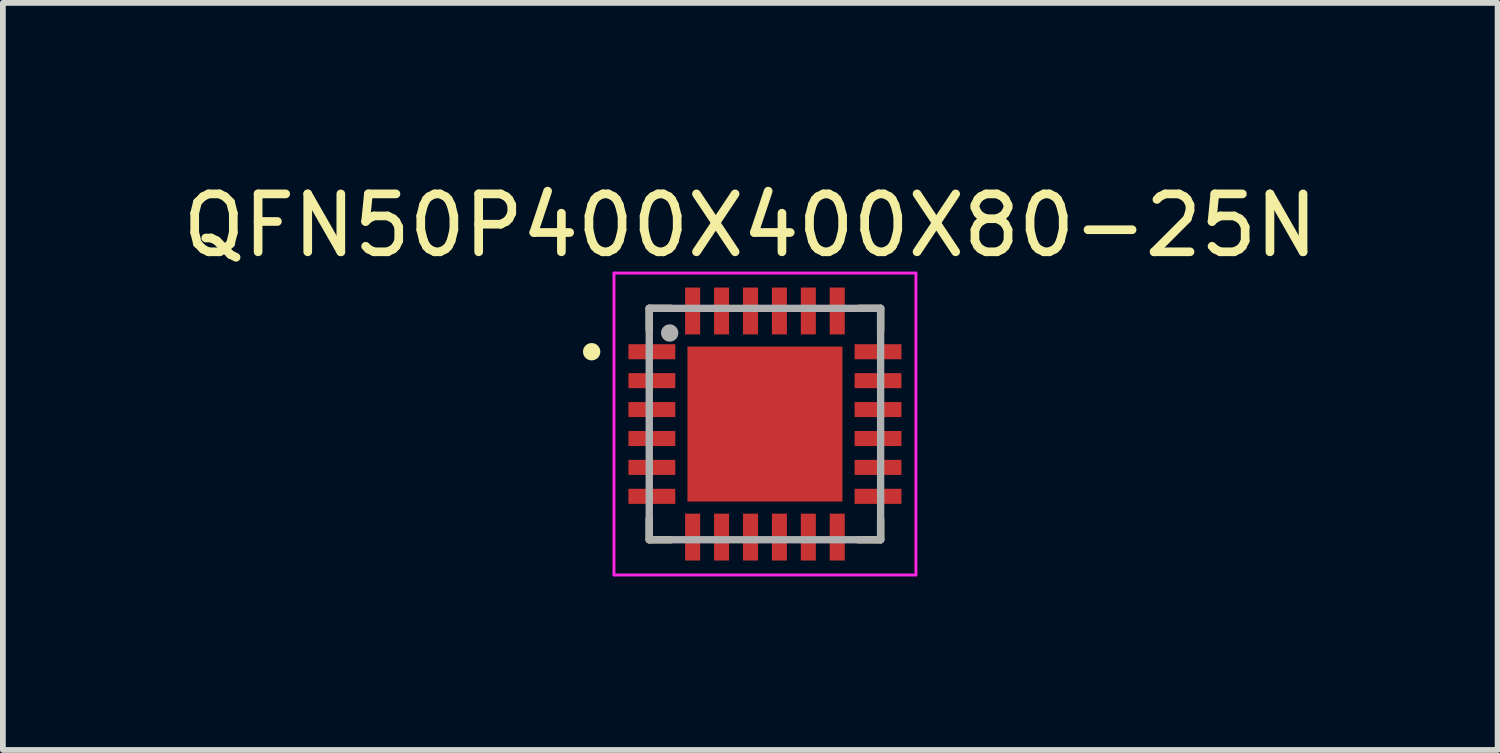
<source format=kicad_pcb>
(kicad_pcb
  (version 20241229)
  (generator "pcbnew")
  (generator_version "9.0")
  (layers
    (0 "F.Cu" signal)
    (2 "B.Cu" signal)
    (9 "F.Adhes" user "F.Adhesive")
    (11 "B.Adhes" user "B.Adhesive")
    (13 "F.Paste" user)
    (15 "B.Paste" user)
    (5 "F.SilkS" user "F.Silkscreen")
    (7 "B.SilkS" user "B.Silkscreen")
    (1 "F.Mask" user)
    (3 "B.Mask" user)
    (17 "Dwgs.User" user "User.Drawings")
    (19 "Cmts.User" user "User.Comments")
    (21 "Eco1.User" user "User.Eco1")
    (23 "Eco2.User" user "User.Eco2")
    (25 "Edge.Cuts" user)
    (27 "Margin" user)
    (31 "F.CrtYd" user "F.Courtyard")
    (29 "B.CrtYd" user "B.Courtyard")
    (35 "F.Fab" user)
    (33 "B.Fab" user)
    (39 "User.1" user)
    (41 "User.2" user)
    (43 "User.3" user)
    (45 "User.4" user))
  (footprint "QFN50P400X400X80-25N"
    (layer "F.Cu")
    (at 10.175 4.281)
    (property "Reference" "QFN50P400X400X80-25N" (at -0.254 -3.433 0) (layer "F.SilkS") (effects (font (size 1.001 1.001) (thickness 0.15))))
    (attr through_hole)
    (fp_poly (pts (xy -1.453 -1.45) (xy 1.45 -1.45) (xy 1.45 1.453) (xy -1.453 1.453)) (stroke (width 0.01) (type solid)) (fill yes) (layer "F.Mask"))
    (fp_line (start -2 -2) (end -2 -1.623) (stroke (width 0.127) (type solid)) (layer "F.SilkS"))
    (fp_line (start -2 2) (end -2 1.639) (stroke (width 0.127) (type solid)) (layer "F.SilkS"))
    (fp_line (start -2 2) (end -1.625 2) (stroke (width 0.127) (type solid)) (layer "F.SilkS"))
    (fp_line (start -1.63 -2) (end -2 -2) (stroke (width 0.127) (type solid)) (layer "F.SilkS"))
    (fp_line (start 2 -2) (end 1.628 -2) (stroke (width 0.127) (type solid)) (layer "F.SilkS"))
    (fp_line (start 2 -2) (end 2 -1.606) (stroke (width 0.127) (type solid)) (layer "F.SilkS"))
    (fp_line (start 2 2) (end 1.612 2) (stroke (width 0.127) (type solid)) (layer "F.SilkS"))
    (fp_line (start 2 2) (end 2 1.643) (stroke (width 0.127) (type solid)) (layer "F.SilkS"))
    (fp_circle (center -2.996 -1.25) (end -2.921 -1.25) (stroke (width 0.15) (type solid)) (fill no) (layer "F.SilkS"))
    (fp_poly (pts (xy -1.092 0.13) (xy -0.13 0.13) (xy -0.13 1.092) (xy -1.092 1.092)) (stroke (width 0.01) (type solid)) (fill yes) (layer "F.Paste"))
    (fp_poly (pts (xy -1.091 -1.09) (xy -0.13 -1.09) (xy -0.13 -0.13) (xy -1.091 -0.13)) (stroke (width 0.01) (type solid)) (fill yes) (layer "F.Paste"))
    (fp_poly (pts (xy 0.13 0.13) (xy 1.09 0.13) (xy 1.09 1.09) (xy 0.13 1.09)) (stroke (width 0.01) (type solid)) (fill yes) (layer "F.Paste"))
    (fp_poly (pts (xy 0.13 -1.09) (xy 1.09 -1.09) (xy 1.09 -0.13) (xy 0.13 -0.13)) (stroke (width 0.01) (type solid)) (fill yes) (layer "F.Paste"))
    (fp_line (start -2.61 -2.61) (end 2.61 -2.61) (stroke (width 0.05) (type solid)) (layer "F.CrtYd"))
    (fp_line (start -2.61 2.61) (end -2.61 -2.61) (stroke (width 0.05) (type solid)) (layer "F.CrtYd"))
    (fp_line (start 2.61 -2.61) (end 2.61 2.61) (stroke (width 0.05) (type solid)) (layer "F.CrtYd"))
    (fp_line (start 2.61 2.61) (end -2.61 2.61) (stroke (width 0.05) (type solid)) (layer "F.CrtYd"))
    (fp_line (start -2 -2) (end -2 2) (stroke (width 0.127) (type solid)) (layer "F.Fab"))
    (fp_line (start -2 2) (end 2 2) (stroke (width 0.127) (type solid)) (layer "F.Fab"))
    (fp_line (start 2 -2) (end -2 -2) (stroke (width 0.127) (type solid)) (layer "F.Fab"))
    (fp_line (start 2 2) (end 2 -2) (stroke (width 0.127) (type solid)) (layer "F.Fab"))
    (fp_circle (center -1.647 -1.574) (end -1.572 -1.574) (stroke (width 0.15) (type solid)) (fill no) (layer "F.Fab"))
    (pad "1" smd roundrect (at -1.955 -1.25) (size 0.81 0.26) (layers "F.Cu" "F.Mask" "F.Paste") (roundrect_rratio 0.01))
    (pad "2" smd roundrect (at -1.955 -0.75) (size 0.81 0.26) (layers "F.Cu" "F.Mask" "F.Paste") (roundrect_rratio 0.01))
    (pad "3" smd roundrect (at -1.955 -0.25) (size 0.81 0.26) (layers "F.Cu" "F.Mask" "F.Paste") (roundrect_rratio 0.01))
    (pad "4" smd roundrect (at -1.955 0.25) (size 0.81 0.26) (layers "F.Cu" "F.Mask" "F.Paste") (roundrect_rratio 0.01))
    (pad "5" smd roundrect (at -1.955 0.75) (size 0.81 0.26) (layers "F.Cu" "F.Mask" "F.Paste") (roundrect_rratio 0.01))
    (pad "6" smd roundrect (at -1.955 1.25) (size 0.81 0.26) (layers "F.Cu" "F.Mask" "F.Paste") (roundrect_rratio 0.01))
    (pad "7" smd roundrect (at -1.25 1.955 90) (size 0.81 0.26) (layers "F.Cu" "F.Mask" "F.Paste") (roundrect_rratio 0.01))
    (pad "8" smd roundrect (at -0.75 1.955 90) (size 0.81 0.26) (layers "F.Cu" "F.Mask" "F.Paste") (roundrect_rratio 0.01))
    (pad "9" smd roundrect (at -0.25 1.955 90) (size 0.81 0.26) (layers "F.Cu" "F.Mask" "F.Paste") (roundrect_rratio 0.01))
    (pad "10" smd roundrect (at 0.25 1.955 90) (size 0.81 0.26) (layers "F.Cu" "F.Mask" "F.Paste") (roundrect_rratio 0.01))
    (pad "11" smd roundrect (at 0.75 1.955 90) (size 0.81 0.26) (layers "F.Cu" "F.Mask" "F.Paste") (roundrect_rratio 0.01))
    (pad "12" smd roundrect (at 1.25 1.955 90) (size 0.81 0.26) (layers "F.Cu" "F.Mask" "F.Paste") (roundrect_rratio 0.01))
    (pad "13" smd roundrect (at 1.955 1.25) (size 0.81 0.26) (layers "F.Cu" "F.Mask" "F.Paste") (roundrect_rratio 0.01))
    (pad "14" smd roundrect (at 1.955 0.75) (size 0.81 0.26) (layers "F.Cu" "F.Mask" "F.Paste") (roundrect_rratio 0.01))
    (pad "15" smd roundrect (at 1.955 0.25) (size 0.81 0.26) (layers "F.Cu" "F.Mask" "F.Paste") (roundrect_rratio 0.01))
    (pad "16" smd roundrect (at 1.955 -0.25) (size 0.81 0.26) (layers "F.Cu" "F.Mask" "F.Paste") (roundrect_rratio 0.01))
    (pad "17" smd roundrect (at 1.955 -0.75) (size 0.81 0.26) (layers "F.Cu" "F.Mask" "F.Paste") (roundrect_rratio 0.01))
    (pad "18" smd roundrect (at 1.955 -1.25) (size 0.81 0.26) (layers "F.Cu" "F.Mask" "F.Paste") (roundrect_rratio 0.01))
    (pad "19" smd roundrect (at 1.25 -1.955 90) (size 0.81 0.26) (layers "F.Cu" "F.Mask" "F.Paste") (roundrect_rratio 0.01))
    (pad "20" smd roundrect (at 0.75 -1.955 90) (size 0.81 0.26) (layers "F.Cu" "F.Mask" "F.Paste") (roundrect_rratio 0.01))
    (pad "21" smd roundrect (at 0.25 -1.955 90) (size 0.81 0.26) (layers "F.Cu" "F.Mask" "F.Paste") (roundrect_rratio 0.01))
    (pad "22" smd roundrect (at -0.25 -1.955 90) (size 0.81 0.26) (layers "F.Cu" "F.Mask" "F.Paste") (roundrect_rratio 0.01))
    (pad "23" smd roundrect (at -0.75 -1.955 90) (size 0.81 0.26) (layers "F.Cu" "F.Mask" "F.Paste") (roundrect_rratio 0.01))
    (pad "24" smd roundrect (at -1.25 -1.955 90) (size 0.81 0.26) (layers "F.Cu" "F.Mask" "F.Paste") (roundrect_rratio 0.01))
    (pad "25" smd rect (at 0 0) (size 2.68 2.68) (layers "F.Cu" "F.Mask")))
  (gr_rect
    (start -3 -3)
    (end 22.842 9.916)
    (stroke (width 0.1) (type default))
    (fill no)
    (layer "Edge.Cuts")))
</source>
